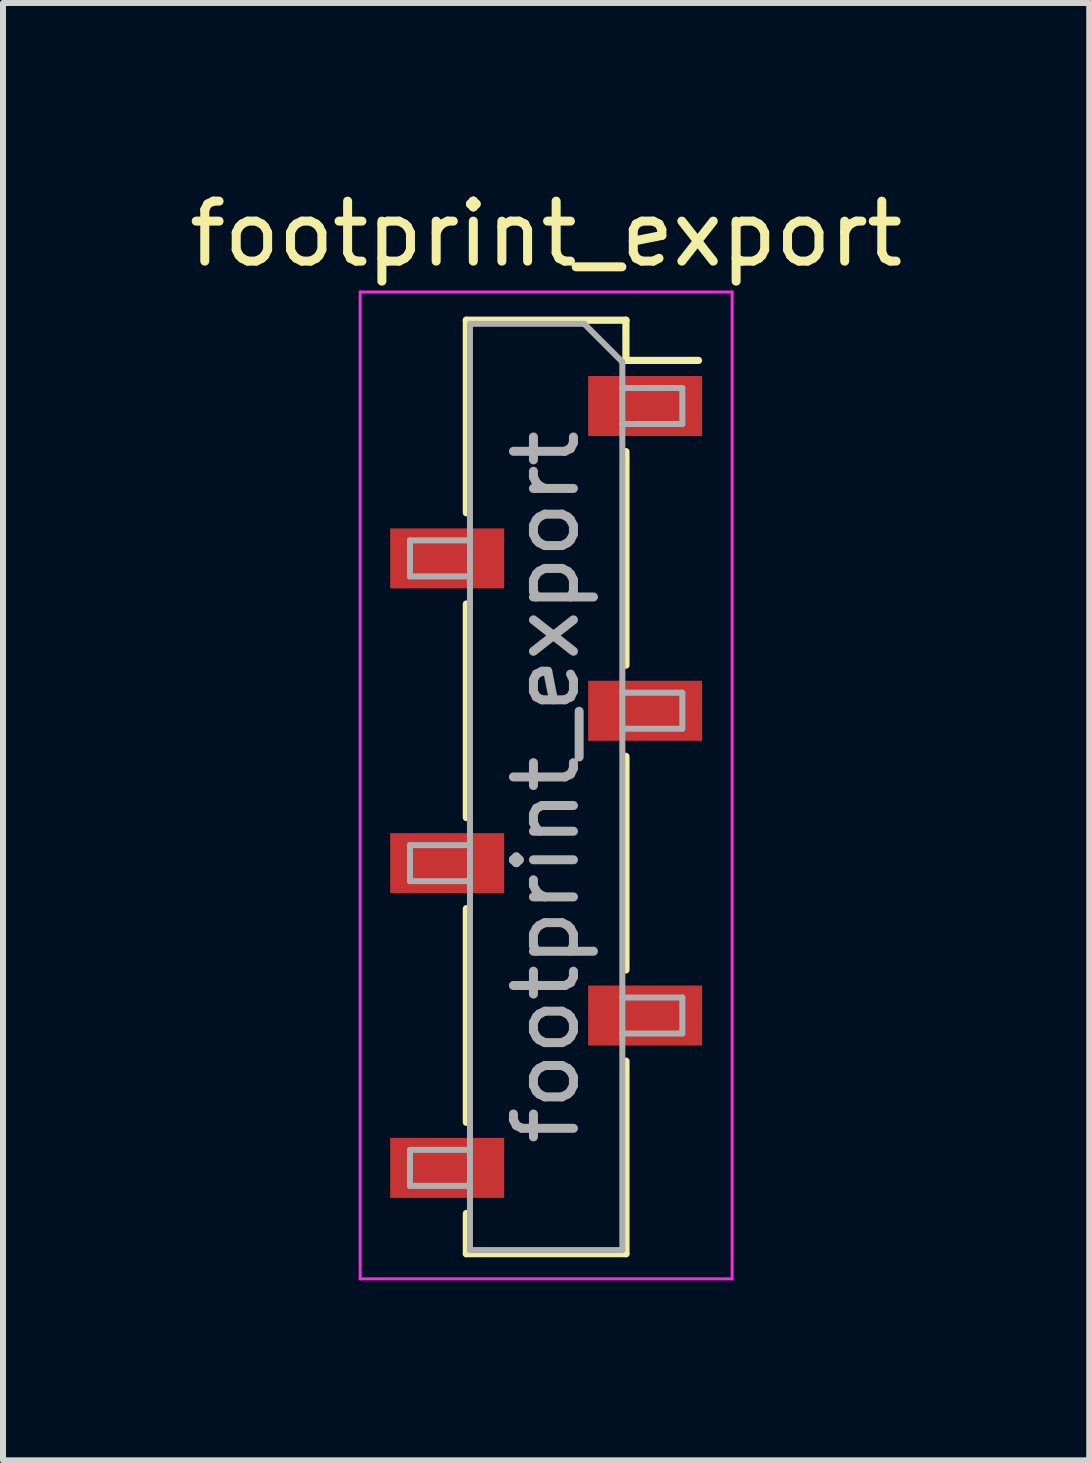
<source format=kicad_pcb>
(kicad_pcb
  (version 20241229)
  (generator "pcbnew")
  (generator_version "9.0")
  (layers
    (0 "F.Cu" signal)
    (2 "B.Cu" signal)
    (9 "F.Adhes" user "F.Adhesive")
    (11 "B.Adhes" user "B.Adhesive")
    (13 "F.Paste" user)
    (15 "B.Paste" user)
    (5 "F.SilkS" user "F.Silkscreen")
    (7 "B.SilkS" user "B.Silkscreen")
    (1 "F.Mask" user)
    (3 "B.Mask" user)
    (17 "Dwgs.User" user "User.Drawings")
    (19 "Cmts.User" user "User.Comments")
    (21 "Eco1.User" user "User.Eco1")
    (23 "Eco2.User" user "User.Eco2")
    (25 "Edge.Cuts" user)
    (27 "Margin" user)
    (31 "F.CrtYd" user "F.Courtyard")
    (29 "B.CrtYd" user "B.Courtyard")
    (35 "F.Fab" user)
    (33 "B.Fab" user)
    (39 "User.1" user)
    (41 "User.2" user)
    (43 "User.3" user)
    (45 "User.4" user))
  (footprint "footprint_export"
    (layer "F.Cu")
    (at 6.054 10.068)
    (property "Reference" "footprint_export" (at 0 -9.22 0) (layer "F.SilkS") (effects (font (size 1 1) (thickness 0.15))))
    (attr smd)
    (fp_line (start -1.33 -7.78) (end -1.33 -4.57) (stroke (width 0.12) (type solid)) (layer "F.SilkS"))
    (fp_line (start -1.33 -7.78) (end 1.33 -7.78) (stroke (width 0.12) (type solid)) (layer "F.SilkS"))
    (fp_line (start -1.33 -3.05) (end -1.33 0.51) (stroke (width 0.12) (type solid)) (layer "F.SilkS"))
    (fp_line (start -1.33 2.03) (end -1.33 5.59) (stroke (width 0.12) (type solid)) (layer "F.SilkS"))
    (fp_line (start -1.33 7.11) (end -1.33 7.78) (stroke (width 0.12) (type solid)) (layer "F.SilkS"))
    (fp_line (start -1.33 7.78) (end 1.33 7.78) (stroke (width 0.12) (type solid)) (layer "F.SilkS"))
    (fp_line (start 1.33 -7.78) (end 1.33 -7.11) (stroke (width 0.12) (type solid)) (layer "F.SilkS"))
    (fp_line (start 1.33 -7.11) (end 2.54 -7.11) (stroke (width 0.12) (type solid)) (layer "F.SilkS"))
    (fp_line (start 1.33 -5.59) (end 1.33 -2.03) (stroke (width 0.12) (type solid)) (layer "F.SilkS"))
    (fp_line (start 1.33 -0.51) (end 1.33 3.05) (stroke (width 0.12) (type solid)) (layer "F.SilkS"))
    (fp_line (start 1.33 4.57) (end 1.33 7.78) (stroke (width 0.12) (type solid)) (layer "F.SilkS"))
    (fp_line (start -3.1 -8.25) (end 3.1 -8.25) (stroke (width 0.05) (type solid)) (layer "F.CrtYd"))
    (fp_line (start -3.1 8.2) (end -3.1 -8.25) (stroke (width 0.05) (type solid)) (layer "F.CrtYd"))
    (fp_line (start 3.1 -8.25) (end 3.1 8.2) (stroke (width 0.05) (type solid)) (layer "F.CrtYd"))
    (fp_line (start 3.1 8.2) (end -3.1 8.2) (stroke (width 0.05) (type solid)) (layer "F.CrtYd"))
    (fp_line (start -2.27 -4.11) (end -1.27 -4.11) (stroke (width 0.1) (type solid)) (layer "F.Fab"))
    (fp_line (start -2.27 -3.51) (end -2.27 -4.11) (stroke (width 0.1) (type solid)) (layer "F.Fab"))
    (fp_line (start -2.27 0.97) (end -1.27 0.97) (stroke (width 0.1) (type solid)) (layer "F.Fab"))
    (fp_line (start -2.27 1.57) (end -2.27 0.97) (stroke (width 0.1) (type solid)) (layer "F.Fab"))
    (fp_line (start -2.27 6.05) (end -1.27 6.05) (stroke (width 0.1) (type solid)) (layer "F.Fab"))
    (fp_line (start -2.27 6.65) (end -2.27 6.05) (stroke (width 0.1) (type solid)) (layer "F.Fab"))
    (fp_line (start -1.27 -7.72) (end 0.635 -7.72) (stroke (width 0.1) (type solid)) (layer "F.Fab"))
    (fp_line (start -1.27 -3.51) (end -2.27 -3.51) (stroke (width 0.1) (type solid)) (layer "F.Fab"))
    (fp_line (start -1.27 1.57) (end -2.27 1.57) (stroke (width 0.1) (type solid)) (layer "F.Fab"))
    (fp_line (start -1.27 6.65) (end -2.27 6.65) (stroke (width 0.1) (type solid)) (layer "F.Fab"))
    (fp_line (start -1.27 7.72) (end -1.27 -7.72) (stroke (width 0.1) (type solid)) (layer "F.Fab"))
    (fp_line (start 0.635 -7.72) (end 1.27 -7.085) (stroke (width 0.1) (type solid)) (layer "F.Fab"))
    (fp_line (start 1.27 -7.085) (end 1.27 7.72) (stroke (width 0.1) (type solid)) (layer "F.Fab"))
    (fp_line (start 1.27 -6.65) (end 2.27 -6.65) (stroke (width 0.1) (type solid)) (layer "F.Fab"))
    (fp_line (start 1.27 -1.57) (end 2.27 -1.57) (stroke (width 0.1) (type solid)) (layer "F.Fab"))
    (fp_line (start 1.27 3.51) (end 2.27 3.51) (stroke (width 0.1) (type solid)) (layer "F.Fab"))
    (fp_line (start 1.27 7.72) (end -1.27 7.72) (stroke (width 0.1) (type solid)) (layer "F.Fab"))
    (fp_line (start 2.27 -6.65) (end 2.27 -6.05) (stroke (width 0.1) (type solid)) (layer "F.Fab"))
    (fp_line (start 2.27 -6.05) (end 1.27 -6.05) (stroke (width 0.1) (type solid)) (layer "F.Fab"))
    (fp_line (start 2.27 -1.57) (end 2.27 -0.97) (stroke (width 0.1) (type solid)) (layer "F.Fab"))
    (fp_line (start 2.27 -0.97) (end 1.27 -0.97) (stroke (width 0.1) (type solid)) (layer "F.Fab"))
    (fp_line (start 2.27 3.51) (end 2.27 4.11) (stroke (width 0.1) (type solid)) (layer "F.Fab"))
    (fp_line (start 2.27 4.11) (end 1.27 4.11) (stroke (width 0.1) (type solid)) (layer "F.Fab"))
    (fp_text user "${REFERENCE}" (at 0 0 90) (layer "F.Fab") (effects (font (size 1 1) (thickness 0.15))))
    (pad "1" smd rect (at 1.65 -6.35) (size 1.9 1) (layers "F.Cu" "F.Mask" "F.Paste"))
    (pad "2" smd rect (at -1.65 -3.81) (size 1.9 1) (layers "F.Cu" "F.Mask" "F.Paste"))
    (pad "3" smd rect (at 1.65 -1.27) (size 1.9 1) (layers "F.Cu" "F.Mask" "F.Paste"))
    (pad "4" smd rect (at -1.65 1.27) (size 1.9 1) (layers "F.Cu" "F.Mask" "F.Paste"))
    (pad "5" smd rect (at 1.65 3.81) (size 1.9 1) (layers "F.Cu" "F.Mask" "F.Paste"))
    (pad "6" smd rect (at -1.65 6.35) (size 1.9 1) (layers "F.Cu" "F.Mask" "F.Paste")))
  (gr_rect
    (start -3 -3)
    (end 15.107 21.293)
    (stroke (width 0.1) (type default))
    (fill no)
    (layer "Edge.Cuts")))
</source>
